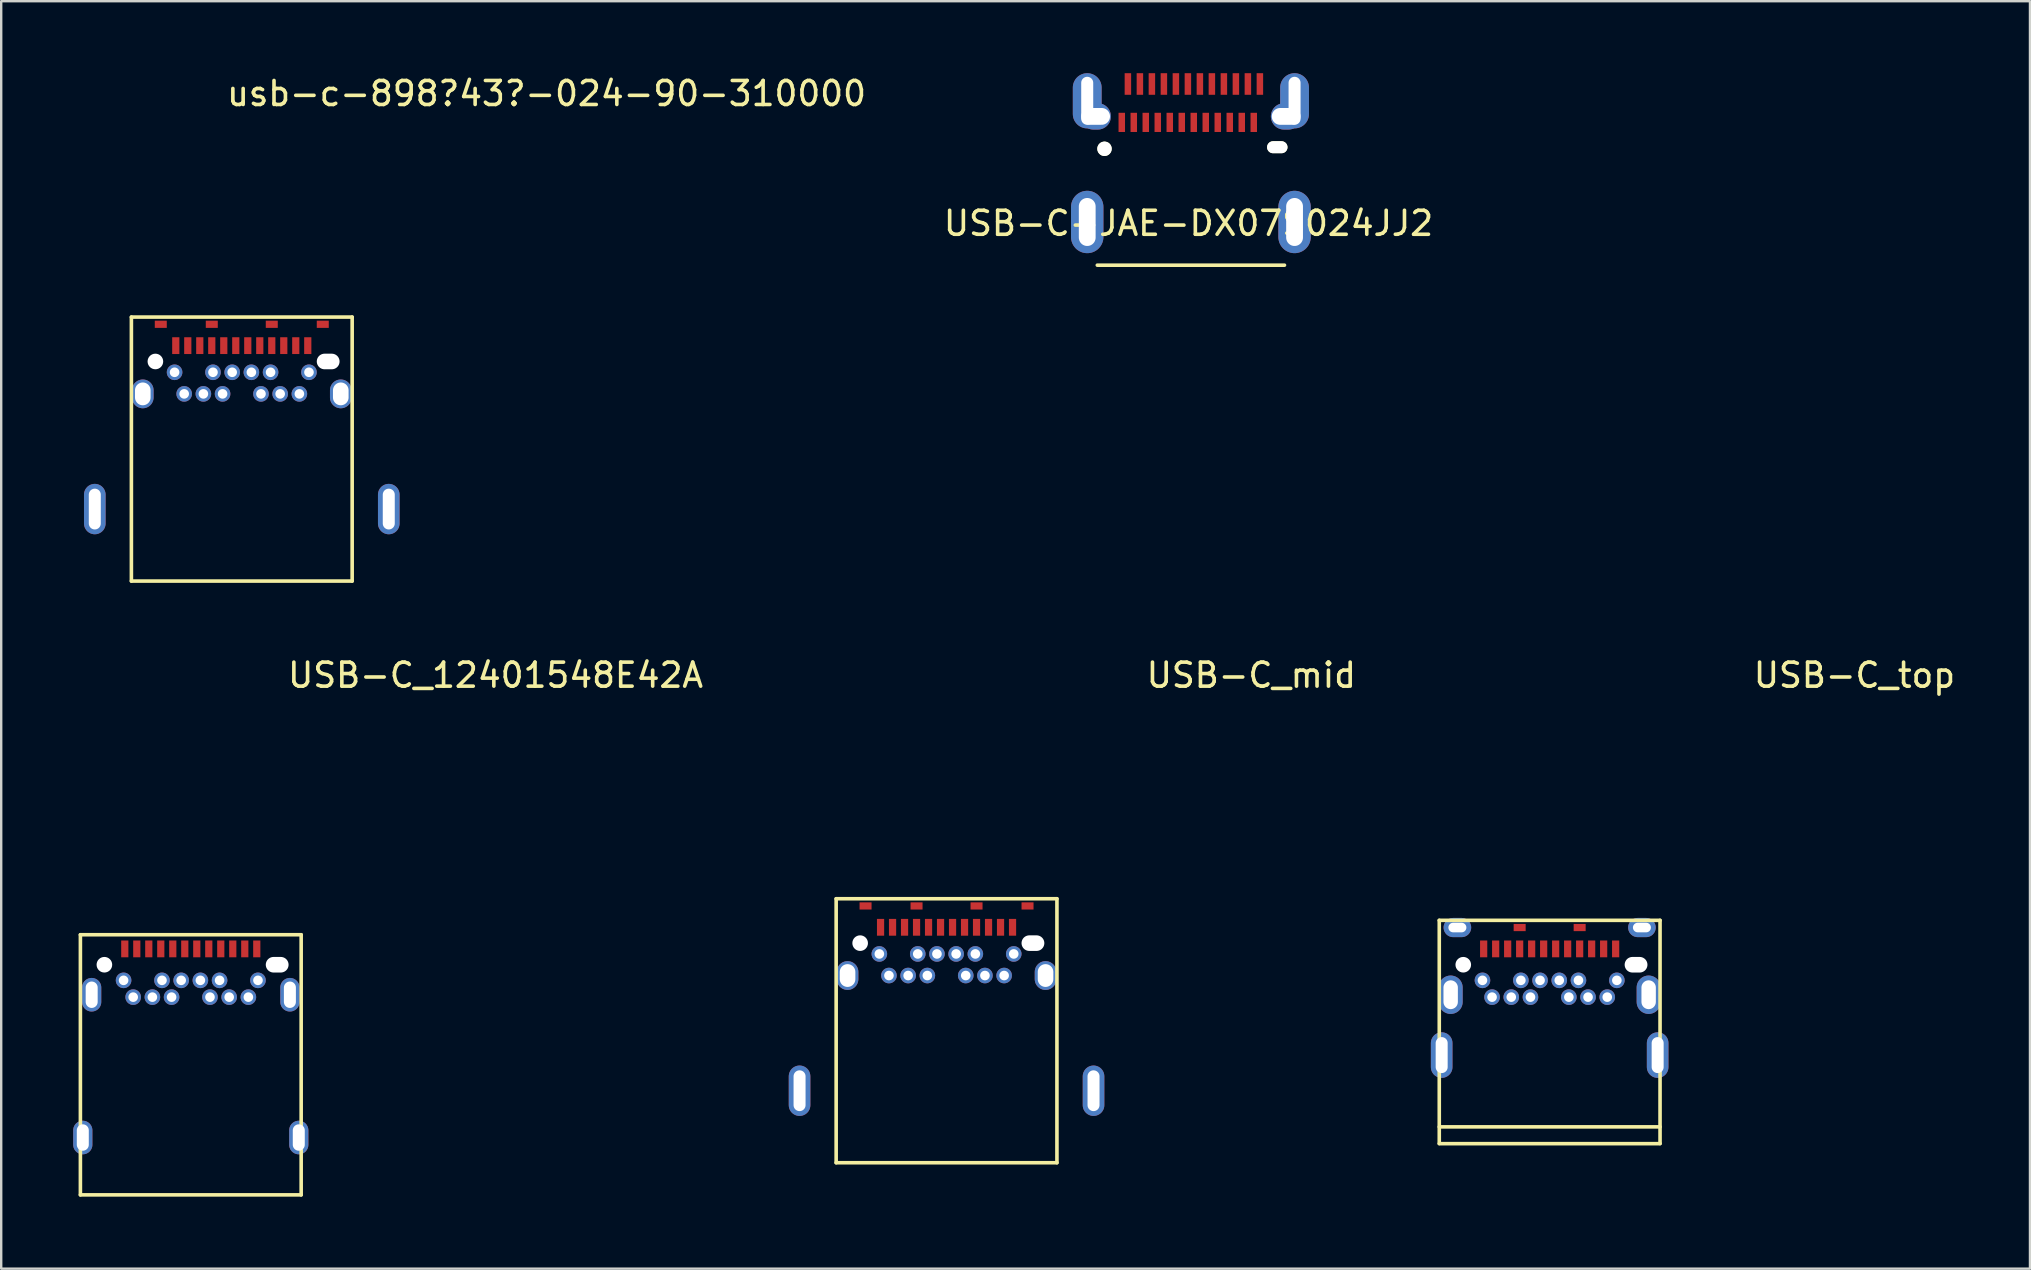
<source format=kicad_pcb>
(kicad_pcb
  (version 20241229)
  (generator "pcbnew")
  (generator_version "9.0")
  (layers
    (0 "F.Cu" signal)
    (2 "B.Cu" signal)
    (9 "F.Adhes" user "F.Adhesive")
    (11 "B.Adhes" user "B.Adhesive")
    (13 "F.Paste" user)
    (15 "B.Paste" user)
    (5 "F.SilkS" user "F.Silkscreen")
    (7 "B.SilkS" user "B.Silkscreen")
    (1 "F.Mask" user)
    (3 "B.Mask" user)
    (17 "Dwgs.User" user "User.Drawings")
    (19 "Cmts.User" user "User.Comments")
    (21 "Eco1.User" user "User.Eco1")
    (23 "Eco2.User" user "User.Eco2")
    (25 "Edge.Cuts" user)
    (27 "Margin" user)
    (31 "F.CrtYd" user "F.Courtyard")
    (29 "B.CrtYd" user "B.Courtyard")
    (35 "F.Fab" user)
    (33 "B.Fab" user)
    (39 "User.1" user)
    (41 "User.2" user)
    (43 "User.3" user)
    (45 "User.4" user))
  (footprint "USB-C_mid"
    (layer "F.Cu")
    (at 36.393 37.151)
    (property "Reference" "USB-C_mid" (at 12.7 -12.065 0) (layer "F.SilkS") (effects (font (size 1 1) (thickness 0.15))))
    (attr through_hole)
    (fp_line (start -4.6 -2.75) (end -4.6 8.25) (stroke (width 0.15) (type solid)) (layer "F.SilkS"))
    (fp_line (start 4.6 -2.75) (end -4.6 -2.75) (stroke (width 0.15) (type solid)) (layer "F.SilkS"))
    (fp_line (start 4.6 -2.75) (end 4.6 8.25) (stroke (width 0.15) (type solid)) (layer "F.SilkS"))
    (fp_line (start 4.6 8.25) (end -4.6 8.25) (stroke (width 0.15) (type solid)) (layer "F.SilkS"))
    (fp_line (start -7 7.25) (end -4.6 7.25) (stroke (width 0.05) (type solid)) (layer "Eco2.User"))
    (fp_line (start -4.65 7.25) (end -4.65 1.95) (stroke (width 0.05) (type solid)) (layer "Eco2.User"))
    (fp_line (start -3.95 1.25) (end 3.95 1.25) (stroke (width 0.05) (type solid)) (layer "Eco2.User"))
    (fp_line (start 4.65 7.25) (end 4.65 1.95) (stroke (width 0.05) (type solid)) (layer "Eco2.User"))
    (fp_line (start 4.65 7.25) (end 7.05 7.25) (stroke (width 0.05) (type solid)) (layer "Eco2.User"))
    (fp_arc (start -4.65 1.95) (mid -4.445407 1.455457) (end -3.951222 1.250001) (stroke (width 0.05) (type solid)) (layer "Eco2.User"))
    (fp_arc (start 3.950001 1.251222) (mid 4.444544 1.455815) (end 4.65 1.95) (stroke (width 0.05) (type solid)) (layer "Eco2.User"))
    (pad "" np_thru_hole circle (at -3.6 -0.9) (size 0.65 0.65) (drill 0.65) (layers "*.Cu" "*.Mask"))
    (pad "" np_thru_hole oval (at 3.6 -0.9) (size 0.95 0.65) (drill oval 0.95 0.65) (layers "*.Cu" "*.Mask"))
    (pad "0" thru_hole oval (at -6.125 5.25) (size 0.9 2.1) (drill oval 0.5 1.7) (layers "*.Cu" "*.Mask"))
    (pad "0" thru_hole oval (at -4.125 0.45) (size 0.9 1.2) (drill oval 0.65 0.95) (layers "*.Cu" "*.Mask"))
    (pad "0" smd rect (at -3.375 -2.45) (size 0.5 0.3) (layers "F.Cu" "F.Mask" "F.Paste"))
    (pad "0" smd rect (at -1.25 -2.45) (size 0.5 0.3) (layers "F.Cu" "F.Mask" "F.Paste"))
    (pad "0" smd rect (at 1.25 -2.45) (size 0.5 0.3) (layers "F.Cu" "F.Mask" "F.Paste"))
    (pad "0" smd rect (at 3.375 -2.45) (size 0.5 0.3) (layers "F.Cu" "F.Mask" "F.Paste"))
    (pad "0" thru_hole oval (at 4.125 0.45) (size 0.9 1.2) (drill oval 0.65 0.95) (layers "*.Cu" "*.Mask"))
    (pad "0" thru_hole oval (at 6.125 5.25) (size 0.9 2.1) (drill oval 0.5 1.7) (layers "*.Cu" "*.Mask"))
    (pad "A1" smd rect (at -2.75 -1.56) (size 0.3 0.7) (layers "F.Cu" "F.Mask" "F.Paste"))
    (pad "A2" smd rect (at -2.25 -1.56) (size 0.3 0.7) (layers "F.Cu" "F.Mask" "F.Paste"))
    (pad "A3" smd rect (at -1.75 -1.56) (size 0.3 0.7) (layers "F.Cu" "F.Mask" "F.Paste"))
    (pad "A4" smd rect (at -1.25 -1.56) (size 0.3 0.7) (layers "F.Cu" "F.Mask" "F.Paste"))
    (pad "A5" smd rect (at -0.75 -1.56) (size 0.3 0.7) (layers "F.Cu" "F.Mask" "F.Paste"))
    (pad "A6" smd rect (at -0.25 -1.56) (size 0.3 0.7) (layers "F.Cu" "F.Mask" "F.Paste"))
    (pad "A7" smd rect (at 0.25 -1.56) (size 0.3 0.7) (layers "F.Cu" "F.Mask" "F.Paste"))
    (pad "A8" smd rect (at 0.75 -1.56) (size 0.3 0.7) (layers "F.Cu" "F.Mask" "F.Paste"))
    (pad "A9" smd rect (at 1.25 -1.56) (size 0.3 0.7) (layers "F.Cu" "F.Mask" "F.Paste"))
    (pad "A10" smd rect (at 1.75 -1.56) (size 0.3 0.7) (layers "F.Cu" "F.Mask" "F.Paste"))
    (pad "A11" smd rect (at 2.25 -1.56) (size 0.3 0.7) (layers "F.Cu" "F.Mask" "F.Paste"))
    (pad "A12" smd rect (at 2.75 -1.56) (size 0.3 0.7) (layers "F.Cu" "F.Mask" "F.Paste"))
    (pad "B1" thru_hole circle (at 2.8 -0.45) (size 0.65 0.65) (drill 0.4) (layers "*.Cu" "*.Mask"))
    (pad "B2" thru_hole circle (at 2.4 0.45) (size 0.65 0.65) (drill 0.4) (layers "*.Cu" "*.Mask"))
    (pad "B3" thru_hole circle (at 1.6 0.45) (size 0.65 0.65) (drill 0.4) (layers "*.Cu" "*.Mask"))
    (pad "B4" thru_hole circle (at 1.2 -0.45) (size 0.65 0.65) (drill 0.4) (layers "*.Cu" "*.Mask"))
    (pad "B5" thru_hole circle (at 0.8 0.45) (size 0.65 0.65) (drill 0.4) (layers "*.Cu" "*.Mask"))
    (pad "B6" thru_hole circle (at 0.4 -0.45) (size 0.65 0.65) (drill 0.4) (layers "*.Cu" "*.Mask"))
    (pad "B7" thru_hole circle (at -0.4 -0.45) (size 0.65 0.65) (drill 0.4) (layers "*.Cu" "*.Mask"))
    (pad "B8" thru_hole circle (at -0.8 0.45) (size 0.65 0.65) (drill 0.4) (layers "*.Cu" "*.Mask"))
    (pad "B9" thru_hole circle (at -1.2 -0.45) (size 0.65 0.65) (drill 0.4) (layers "*.Cu" "*.Mask"))
    (pad "B10" thru_hole circle (at -1.6 0.45) (size 0.65 0.65) (drill 0.4) (layers "*.Cu" "*.Mask"))
    (pad "B11" thru_hole circle (at -2.4 0.45) (size 0.65 0.65) (drill 0.4) (layers "*.Cu" "*.Mask"))
    (pad "B12" thru_hole circle (at -2.8 -0.45) (size 0.65 0.65) (drill 0.4) (layers "*.Cu" "*.Mask")))
  (footprint "USB-C-JAE-DX07S024JJ2"
    (layer "F.Cu")
    (at 42.975 3.15)
    (property "Reference" "USB-C-JAE-DX07S024JJ2" (at 3.5 3.106 0) (layer "F.SilkS") (effects (font (size 1 1) (thickness 0.15))))
    (attr through_hole)
    (fp_line (start -0.3 4.85) (end 7.5 4.85) (stroke (width 0.15) (type solid)) (layer "F.SilkS"))
    (pad "" np_thru_hole circle (at 0 0) (size 0.6 0.6) (drill 0.6) (layers "*.Cu" "*.Mask" "F.SilkS"))
    (pad "" np_thru_hole oval (at 7.2 -0.065) (size 0.85 0.5) (drill oval 0.85 0.5) (layers "*.Cu" "*.Mask" "F.SilkS"))
    (pad "0" thru_hole oval (at -0.72 -2) (size 1.2 2.3) (drill oval 0.5 2) (layers "*.Cu" "*.Mask"))
    (pad "0" thru_hole oval (at -0.72 3.05) (size 1.35 2.6) (drill oval 0.7 2) (layers "*.Cu" "*.Mask"))
    (pad "0" thru_hole oval (at -0.37 -1.35) (size 1.275 1.1) (drill oval 1.2 0.7) (layers "*.Cu" "*.Mask"))
    (pad "0" thru_hole oval (at 7.57 -1.35) (size 1.275 1.1) (drill oval 1.2 0.7) (layers "*.Cu" "*.Mask"))
    (pad "0" thru_hole oval (at 7.92 -2) (size 1.2 2.3) (drill oval 0.5 2) (layers "*.Cu" "*.Mask"))
    (pad "0" thru_hole oval (at 7.92 3.05) (size 1.35 2.6) (drill oval 0.7 2) (layers "*.Cu" "*.Mask"))
    (pad "A1" smd rect (at 0.975 -2.7) (size 0.27 0.9) (layers "F.Cu" "F.Mask" "F.Paste"))
    (pad "A2" smd rect (at 1.475 -2.7) (size 0.27 0.9) (layers "F.Cu" "F.Mask" "F.Paste"))
    (pad "A3" smd rect (at 1.975 -2.7) (size 0.27 0.9) (layers "F.Cu" "F.Mask" "F.Paste"))
    (pad "A4" smd rect (at 2.475 -2.7) (size 0.27 0.9) (layers "F.Cu" "F.Mask" "F.Paste"))
    (pad "A5" smd rect (at 2.975 -2.7) (size 0.27 0.9) (layers "F.Cu" "F.Mask" "F.Paste"))
    (pad "A6" smd rect (at 3.475 -2.7) (size 0.27 0.9) (layers "F.Cu" "F.Mask" "F.Paste"))
    (pad "A7" smd rect (at 3.975 -2.7) (size 0.27 0.9) (layers "F.Cu" "F.Mask" "F.Paste"))
    (pad "A8" smd rect (at 4.475 -2.7) (size 0.27 0.9) (layers "F.Cu" "F.Mask" "F.Paste"))
    (pad "A9" smd rect (at 4.975 -2.7) (size 0.27 0.9) (layers "F.Cu" "F.Mask" "F.Paste"))
    (pad "A10" smd rect (at 5.475 -2.7) (size 0.27 0.9) (layers "F.Cu" "F.Mask" "F.Paste"))
    (pad "A11" smd rect (at 5.975 -2.7) (size 0.27 0.9) (layers "F.Cu" "F.Mask" "F.Paste"))
    (pad "A12" smd rect (at 6.475 -2.7) (size 0.27 0.9) (layers "F.Cu" "F.Mask" "F.Paste"))
    (pad "B1" smd rect (at 6.22 -1.1) (size 0.27 0.8) (layers "F.Cu" "F.Mask" "F.Paste"))
    (pad "B2" smd rect (at 5.72 -1.1) (size 0.27 0.8) (layers "F.Cu" "F.Mask" "F.Paste"))
    (pad "B3" smd rect (at 5.22 -1.1) (size 0.27 0.8) (layers "F.Cu" "F.Mask" "F.Paste"))
    (pad "B4" smd rect (at 4.72 -1.1) (size 0.27 0.8) (layers "F.Cu" "F.Mask" "F.Paste"))
    (pad "B5" smd rect (at 4.22 -1.1) (size 0.27 0.8) (layers "F.Cu" "F.Mask" "F.Paste"))
    (pad "B6" smd rect (at 3.72 -1.1) (size 0.27 0.8) (layers "F.Cu" "F.Mask" "F.Paste"))
    (pad "B7" smd rect (at 3.22 -1.1) (size 0.27 0.8) (layers "F.Cu" "F.Mask" "F.Paste"))
    (pad "B8" smd rect (at 2.72 -1.1) (size 0.27 0.8) (layers "F.Cu" "F.Mask" "F.Paste"))
    (pad "B9" smd rect (at 2.22 -1.1) (size 0.27 0.8) (layers "F.Cu" "F.Mask" "F.Paste"))
    (pad "B10" smd rect (at 1.72 -1.1) (size 0.27 0.8) (layers "F.Cu" "F.Mask" "F.Paste"))
    (pad "B11" smd rect (at 1.22 -1.1) (size 0.27 0.8) (layers "F.Cu" "F.Mask" "F.Paste"))
    (pad "B12" smd rect (at 0.72 -1.1) (size 0.27 0.8) (layers "F.Cu" "F.Mask" "F.Paste")))
  (footprint "usb-c-898\r43\r-024-90-310000"
    (layer "F.Cu")
    (at 7.025 12.913)
    (property "Reference" "usb-c-898\r43\r-024-90-310000" (at 12.7 -12.065 0) (layer "F.SilkS") (effects (font (size 1 1) (thickness 0.15))))
    (attr through_hole)
    (fp_line (start -4.6 -2.75) (end -4.6 8.25) (stroke (width 0.15) (type solid)) (layer "F.SilkS"))
    (fp_line (start 4.6 -2.75) (end -4.6 -2.75) (stroke (width 0.15) (type solid)) (layer "F.SilkS"))
    (fp_line (start 4.6 -2.75) (end 4.6 8.25) (stroke (width 0.15) (type solid)) (layer "F.SilkS"))
    (fp_line (start 4.6 8.25) (end -4.6 8.25) (stroke (width 0.15) (type solid)) (layer "F.SilkS"))
    (fp_line (start -7 7.25) (end -4.6 7.25) (stroke (width 0.05) (type solid)) (layer "Eco2.User"))
    (fp_line (start -4.65 7.25) (end -4.65 1.95) (stroke (width 0.05) (type solid)) (layer "Eco2.User"))
    (fp_line (start -3.95 1.25) (end 3.95 1.25) (stroke (width 0.05) (type solid)) (layer "Eco2.User"))
    (fp_line (start 4.65 7.25) (end 4.65 1.95) (stroke (width 0.05) (type solid)) (layer "Eco2.User"))
    (fp_line (start 4.65 7.25) (end 7.05 7.25) (stroke (width 0.05) (type solid)) (layer "Eco2.User"))
    (fp_arc (start -4.65 1.95) (mid -4.445407 1.455457) (end -3.951222 1.250001) (stroke (width 0.05) (type solid)) (layer "Eco2.User"))
    (fp_arc (start 3.950001 1.251222) (mid 4.444544 1.455815) (end 4.65 1.95) (stroke (width 0.05) (type solid)) (layer "Eco2.User"))
    (pad "" np_thru_hole circle (at -3.6 -0.9) (size 0.65 0.65) (drill 0.65) (layers "*.Cu" "*.Mask"))
    (pad "" np_thru_hole oval (at 3.6 -0.9) (size 0.95 0.65) (drill oval 0.95 0.65) (layers "*.Cu" "*.Mask"))
    (pad "A1" thru_hole oval (at -6.125 5.25) (size 0.9 2.1) (drill oval 0.5 1.7) (layers "*.Cu" "*.Mask"))
    (pad "A1" thru_hole oval (at -4.125 0.45) (size 0.9 1.2) (drill oval 0.65 0.95) (layers "*.Cu" "*.Mask"))
    (pad "A1" smd rect (at -3.375 -2.45) (size 0.5 0.3) (layers "F.Cu" "F.Mask" "F.Paste"))
    (pad "A1" smd rect (at -2.75 -1.56) (size 0.3 0.7) (layers "F.Cu" "F.Mask" "F.Paste"))
    (pad "A1" smd rect (at -1.25 -2.45) (size 0.5 0.3) (layers "F.Cu" "F.Mask" "F.Paste"))
    (pad "A1" smd rect (at 1.25 -2.45) (size 0.5 0.3) (layers "F.Cu" "F.Mask" "F.Paste"))
    (pad "A1" smd rect (at 3.375 -2.45) (size 0.5 0.3) (layers "F.Cu" "F.Mask" "F.Paste"))
    (pad "A1" thru_hole oval (at 4.125 0.45) (size 0.9 1.2) (drill oval 0.65 0.95) (layers "*.Cu" "*.Mask"))
    (pad "A1" thru_hole oval (at 6.125 5.25) (size 0.9 2.1) (drill oval 0.5 1.7) (layers "*.Cu" "*.Mask"))
    (pad "A2" smd rect (at -2.25 -1.56) (size 0.3 0.7) (layers "F.Cu" "F.Mask" "F.Paste"))
    (pad "A3" smd rect (at -1.75 -1.56) (size 0.3 0.7) (layers "F.Cu" "F.Mask" "F.Paste"))
    (pad "A4" smd rect (at -1.25 -1.56) (size 0.3 0.7) (layers "F.Cu" "F.Mask" "F.Paste"))
    (pad "A5" smd rect (at -0.75 -1.56) (size 0.3 0.7) (layers "F.Cu" "F.Mask" "F.Paste"))
    (pad "A6" smd rect (at -0.25 -1.56) (size 0.3 0.7) (layers "F.Cu" "F.Mask" "F.Paste"))
    (pad "A7" smd rect (at 0.25 -1.56) (size 0.3 0.7) (layers "F.Cu" "F.Mask" "F.Paste"))
    (pad "A8" smd rect (at 0.75 -1.56) (size 0.3 0.7) (layers "F.Cu" "F.Mask" "F.Paste"))
    (pad "A9" smd rect (at 1.25 -1.56) (size 0.3 0.7) (layers "F.Cu" "F.Mask" "F.Paste"))
    (pad "A10" smd rect (at 1.75 -1.56) (size 0.3 0.7) (layers "F.Cu" "F.Mask" "F.Paste"))
    (pad "A11" smd rect (at 2.25 -1.56) (size 0.3 0.7) (layers "F.Cu" "F.Mask" "F.Paste"))
    (pad "A12" smd rect (at 2.75 -1.56) (size 0.3 0.7) (layers "F.Cu" "F.Mask" "F.Paste"))
    (pad "B1" thru_hole circle (at 2.8 -0.45) (size 0.65 0.65) (drill 0.4) (layers "*.Cu" "*.Mask"))
    (pad "B2" thru_hole circle (at 2.4 0.45) (size 0.65 0.65) (drill 0.4) (layers "*.Cu" "*.Mask"))
    (pad "B3" thru_hole circle (at 1.6 0.45) (size 0.65 0.65) (drill 0.4) (layers "*.Cu" "*.Mask"))
    (pad "B4" thru_hole circle (at 1.2 -0.45) (size 0.65 0.65) (drill 0.4) (layers "*.Cu" "*.Mask"))
    (pad "B5" thru_hole circle (at 0.8 0.45) (size 0.65 0.65) (drill 0.4) (layers "*.Cu" "*.Mask"))
    (pad "B6" thru_hole circle (at 0.4 -0.45) (size 0.65 0.65) (drill 0.4) (layers "*.Cu" "*.Mask"))
    (pad "B7" thru_hole circle (at -0.4 -0.45) (size 0.65 0.65) (drill 0.4) (layers "*.Cu" "*.Mask"))
    (pad "B8" thru_hole circle (at -0.8 0.45) (size 0.65 0.65) (drill 0.4) (layers "*.Cu" "*.Mask"))
    (pad "B9" thru_hole circle (at -1.2 -0.45) (size 0.65 0.65) (drill 0.4) (layers "*.Cu" "*.Mask"))
    (pad "B10" thru_hole circle (at -1.6 0.45) (size 0.65 0.65) (drill 0.4) (layers "*.Cu" "*.Mask"))
    (pad "B11" thru_hole circle (at -2.4 0.45) (size 0.65 0.65) (drill 0.4) (layers "*.Cu" "*.Mask"))
    (pad "B12" thru_hole circle (at -2.8 -0.45) (size 0.65 0.65) (drill 0.4) (layers "*.Cu" "*.Mask")))
  (footprint "USB-C_top"
    (layer "F.Cu")
    (at 61.525 37.151)
    (property "Reference" "USB-C_top" (at 12.7 -12.065 0) (layer "F.SilkS") (effects (font (size 1 1) (thickness 0.15))))
    (attr through_hole)
    (fp_line (start -4.6 -1.85) (end -4.6 7.45) (stroke (width 0.15) (type solid)) (layer "F.SilkS"))
    (fp_line (start 4.6 -1.85) (end -4.6 -1.85) (stroke (width 0.15) (type solid)) (layer "F.SilkS"))
    (fp_line (start 4.6 -1.85) (end 4.6 7.45) (stroke (width 0.15) (type solid)) (layer "F.SilkS"))
    (fp_line (start 4.6 6.755) (end -4.6 6.755) (stroke (width 0.15) (type solid)) (layer "F.SilkS"))
    (fp_line (start 4.6 7.455) (end -4.6 7.455) (stroke (width 0.15) (type solid)) (layer "F.SilkS"))
    (pad "" np_thru_hole circle (at -3.6 0 90) (size 0.65 0.65) (drill 0.65) (layers "*.Cu" "*.Mask"))
    (pad "" np_thru_hole oval (at 3.6 0) (size 0.95 0.65) (drill oval 0.95 0.65) (layers "*.Cu" "*.Mask"))
    (pad "0" thru_hole oval (at -4.5 3.765) (size 0.9 1.9) (drill oval 0.5 1.5) (layers "*.Cu" "*.Mask"))
    (pad "0" thru_hole oval (at -4.125 1.25) (size 1 1.6) (drill oval 0.6 1.2) (layers "*.Cu" "*.Mask"))
    (pad "0" thru_hole oval (at -3.845 -1.55 90) (size 0.8 1.15) (drill oval 0.4 0.75) (layers "*.Cu" "*.Mask"))
    (pad "0" smd rect (at -1.25 -1.55) (size 0.5 0.3) (layers "F.Cu" "F.Mask" "F.Paste"))
    (pad "0" smd rect (at 1.25 -1.55) (size 0.5 0.3) (layers "F.Cu" "F.Mask" "F.Paste"))
    (pad "0" thru_hole oval (at 3.845 -1.55 90) (size 0.8 1.15) (drill oval 0.4 0.75) (layers "*.Cu" "*.Mask"))
    (pad "0" thru_hole oval (at 4.125 1.25) (size 1 1.6) (drill oval 0.6 1.2) (layers "*.Cu" "*.Mask"))
    (pad "0" thru_hole oval (at 4.5 3.765) (size 0.9 1.9) (drill oval 0.5 1.5) (layers "*.Cu" "*.Mask"))
    (pad "A1" smd rect (at -2.75 -0.66) (size 0.3 0.7) (layers "F.Cu" "F.Mask" "F.Paste"))
    (pad "A2" smd rect (at -2.25 -0.66) (size 0.3 0.7) (layers "F.Cu" "F.Mask" "F.Paste"))
    (pad "A3" smd rect (at -1.75 -0.66) (size 0.3 0.7) (layers "F.Cu" "F.Mask" "F.Paste"))
    (pad "A4" smd rect (at -1.25 -0.66) (size 0.3 0.7) (layers "F.Cu" "F.Mask" "F.Paste"))
    (pad "A5" smd rect (at -0.75 -0.66) (size 0.3 0.7) (layers "F.Cu" "F.Mask" "F.Paste"))
    (pad "A6" smd rect (at -0.25 -0.66) (size 0.3 0.7) (layers "F.Cu" "F.Mask" "F.Paste"))
    (pad "A7" smd rect (at 0.25 -0.66) (size 0.3 0.7) (layers "F.Cu" "F.Mask" "F.Paste"))
    (pad "A8" smd rect (at 0.75 -0.66) (size 0.3 0.7) (layers "F.Cu" "F.Mask" "F.Paste"))
    (pad "A9" smd rect (at 1.25 -0.66) (size 0.3 0.7) (layers "F.Cu" "F.Mask" "F.Paste"))
    (pad "A10" smd rect (at 1.75 -0.66) (size 0.3 0.7) (layers "F.Cu" "F.Mask" "F.Paste"))
    (pad "A11" smd rect (at 2.25 -0.66) (size 0.3 0.7) (layers "F.Cu" "F.Mask" "F.Paste"))
    (pad "A12" smd rect (at 2.75 -0.66) (size 0.3 0.7) (layers "F.Cu" "F.Mask" "F.Paste"))
    (pad "B1" thru_hole circle (at 2.8 0.65) (size 0.65 0.65) (drill 0.4) (layers "*.Cu" "*.Mask"))
    (pad "B2" thru_hole circle (at 2.4 1.35) (size 0.65 0.65) (drill 0.4) (layers "*.Cu" "*.Mask"))
    (pad "B3" thru_hole circle (at 1.6 1.35) (size 0.65 0.65) (drill 0.4) (layers "*.Cu" "*.Mask"))
    (pad "B4" thru_hole circle (at 1.2 0.65) (size 0.65 0.65) (drill 0.4) (layers "*.Cu" "*.Mask"))
    (pad "B5" thru_hole circle (at 0.8 1.35) (size 0.65 0.65) (drill 0.4) (layers "*.Cu" "*.Mask"))
    (pad "B6" thru_hole circle (at 0.4 0.65) (size 0.65 0.65) (drill 0.4) (layers "*.Cu" "*.Mask"))
    (pad "B7" thru_hole circle (at -0.4 0.65) (size 0.65 0.65) (drill 0.4) (layers "*.Cu" "*.Mask"))
    (pad "B8" thru_hole circle (at -0.8 1.35) (size 0.65 0.65) (drill 0.4) (layers "*.Cu" "*.Mask"))
    (pad "B9" thru_hole circle (at -1.2 0.65) (size 0.65 0.65) (drill 0.4) (layers "*.Cu" "*.Mask"))
    (pad "B10" thru_hole circle (at -1.6 1.35) (size 0.65 0.65) (drill 0.4) (layers "*.Cu" "*.Mask"))
    (pad "B11" thru_hole circle (at -2.4 1.35) (size 0.65 0.65) (drill 0.4) (layers "*.Cu" "*.Mask"))
    (pad "B12" thru_hole circle (at -2.8 0.65) (size 0.65 0.65) (drill 0.4) (layers "*.Cu" "*.Mask")))
  (footprint "USB-C_12401548E42A"
    (layer "F.Cu")
    (at 4.9 37.151)
    (property "Reference" "USB-C_12401548E42A" (at 12.7 -12.065 0) (layer "F.SilkS") (effects (font (size 1 1) (thickness 0.15))))
    (attr through_hole)
    (fp_line (start -4.6 -1.25) (end -4.6 9.59) (stroke (width 0.15) (type solid)) (layer "F.SilkS"))
    (fp_line (start 4.6 -1.25) (end -4.6 -1.25) (stroke (width 0.15) (type solid)) (layer "F.SilkS"))
    (fp_line (start 4.6 -1.25) (end 4.6 9.59) (stroke (width 0.15) (type solid)) (layer "F.SilkS"))
    (fp_line (start 4.6 9.59) (end -4.6 9.59) (stroke (width 0.15) (type solid)) (layer "F.SilkS"))
    (pad "" np_thru_hole circle (at -3.6 0 90) (size 0.65 0.65) (drill 0.65) (layers "*.Cu" "*.Mask"))
    (pad "" np_thru_hole oval (at 3.6 0) (size 0.95 0.65) (drill oval 0.95 0.65) (layers "*.Cu" "*.Mask"))
    (pad "0" thru_hole oval (at -4.5 7.2) (size 0.8 1.4) (drill oval 0.5 1.1) (layers "*.Cu" "*.Mask"))
    (pad "0" thru_hole oval (at -4.13 1.25) (size 0.8 1.4) (drill oval 0.5 1.1) (layers "*.Cu" "*.Mask"))
    (pad "0" thru_hole oval (at 4.13 1.25) (size 0.8 1.4) (drill oval 0.5 1.1) (layers "*.Cu" "*.Mask"))
    (pad "0" thru_hole oval (at 4.5 7.2) (size 0.8 1.4) (drill oval 0.5 1.1) (layers "*.Cu" "*.Mask"))
    (pad "A1" smd rect (at -2.75 -0.66) (size 0.3 0.7) (layers "F.Cu" "F.Mask" "F.Paste"))
    (pad "A2" smd rect (at -2.25 -0.66) (size 0.3 0.7) (layers "F.Cu" "F.Mask" "F.Paste"))
    (pad "A3" smd rect (at -1.75 -0.66) (size 0.3 0.7) (layers "F.Cu" "F.Mask" "F.Paste"))
    (pad "A4" smd rect (at -1.25 -0.66) (size 0.3 0.7) (layers "F.Cu" "F.Mask" "F.Paste"))
    (pad "A5" smd rect (at -0.75 -0.66) (size 0.3 0.7) (layers "F.Cu" "F.Mask" "F.Paste"))
    (pad "A6" smd rect (at -0.25 -0.66) (size 0.3 0.7) (layers "F.Cu" "F.Mask" "F.Paste"))
    (pad "A7" smd rect (at 0.25 -0.66) (size 0.3 0.7) (layers "F.Cu" "F.Mask" "F.Paste"))
    (pad "A8" smd rect (at 0.75 -0.66) (size 0.3 0.7) (layers "F.Cu" "F.Mask" "F.Paste"))
    (pad "A9" smd rect (at 1.25 -0.66) (size 0.3 0.7) (layers "F.Cu" "F.Mask" "F.Paste"))
    (pad "A10" smd rect (at 1.75 -0.66) (size 0.3 0.7) (layers "F.Cu" "F.Mask" "F.Paste"))
    (pad "A11" smd rect (at 2.25 -0.66) (size 0.3 0.7) (layers "F.Cu" "F.Mask" "F.Paste"))
    (pad "A12" smd rect (at 2.75 -0.66) (size 0.3 0.7) (layers "F.Cu" "F.Mask" "F.Paste"))
    (pad "B1" thru_hole circle (at 2.8 0.65) (size 0.65 0.65) (drill 0.4) (layers "*.Cu" "*.Mask"))
    (pad "B2" thru_hole circle (at 2.4 1.35) (size 0.65 0.65) (drill 0.4) (layers "*.Cu" "*.Mask"))
    (pad "B3" thru_hole circle (at 1.6 1.35) (size 0.65 0.65) (drill 0.4) (layers "*.Cu" "*.Mask"))
    (pad "B4" thru_hole circle (at 1.2 0.65) (size 0.65 0.65) (drill 0.4) (layers "*.Cu" "*.Mask"))
    (pad "B5" thru_hole circle (at 0.8 1.35) (size 0.65 0.65) (drill 0.4) (layers "*.Cu" "*.Mask"))
    (pad "B6" thru_hole circle (at 0.4 0.65) (size 0.65 0.65) (drill 0.4) (layers "*.Cu" "*.Mask"))
    (pad "B7" thru_hole circle (at -0.4 0.65) (size 0.65 0.65) (drill 0.4) (layers "*.Cu" "*.Mask"))
    (pad "B8" thru_hole circle (at -0.8 1.35) (size 0.65 0.65) (drill 0.4) (layers "*.Cu" "*.Mask"))
    (pad "B9" thru_hole circle (at -1.2 0.65) (size 0.65 0.65) (drill 0.4) (layers "*.Cu" "*.Mask"))
    (pad "B10" thru_hole circle (at -1.6 1.35) (size 0.65 0.65) (drill 0.4) (layers "*.Cu" "*.Mask"))
    (pad "B11" thru_hole circle (at -2.4 1.35) (size 0.65 0.65) (drill 0.4) (layers "*.Cu" "*.Mask"))
    (pad "B12" thru_hole circle (at -2.8 0.65) (size 0.65 0.65) (drill 0.4) (layers "*.Cu" "*.Mask")))
  (gr_rect
    (start -3 -3)
    (end 81.54 49.816)
    (stroke (width 0.1) (type default))
    (fill no)
    (layer "Edge.Cuts")))
</source>
